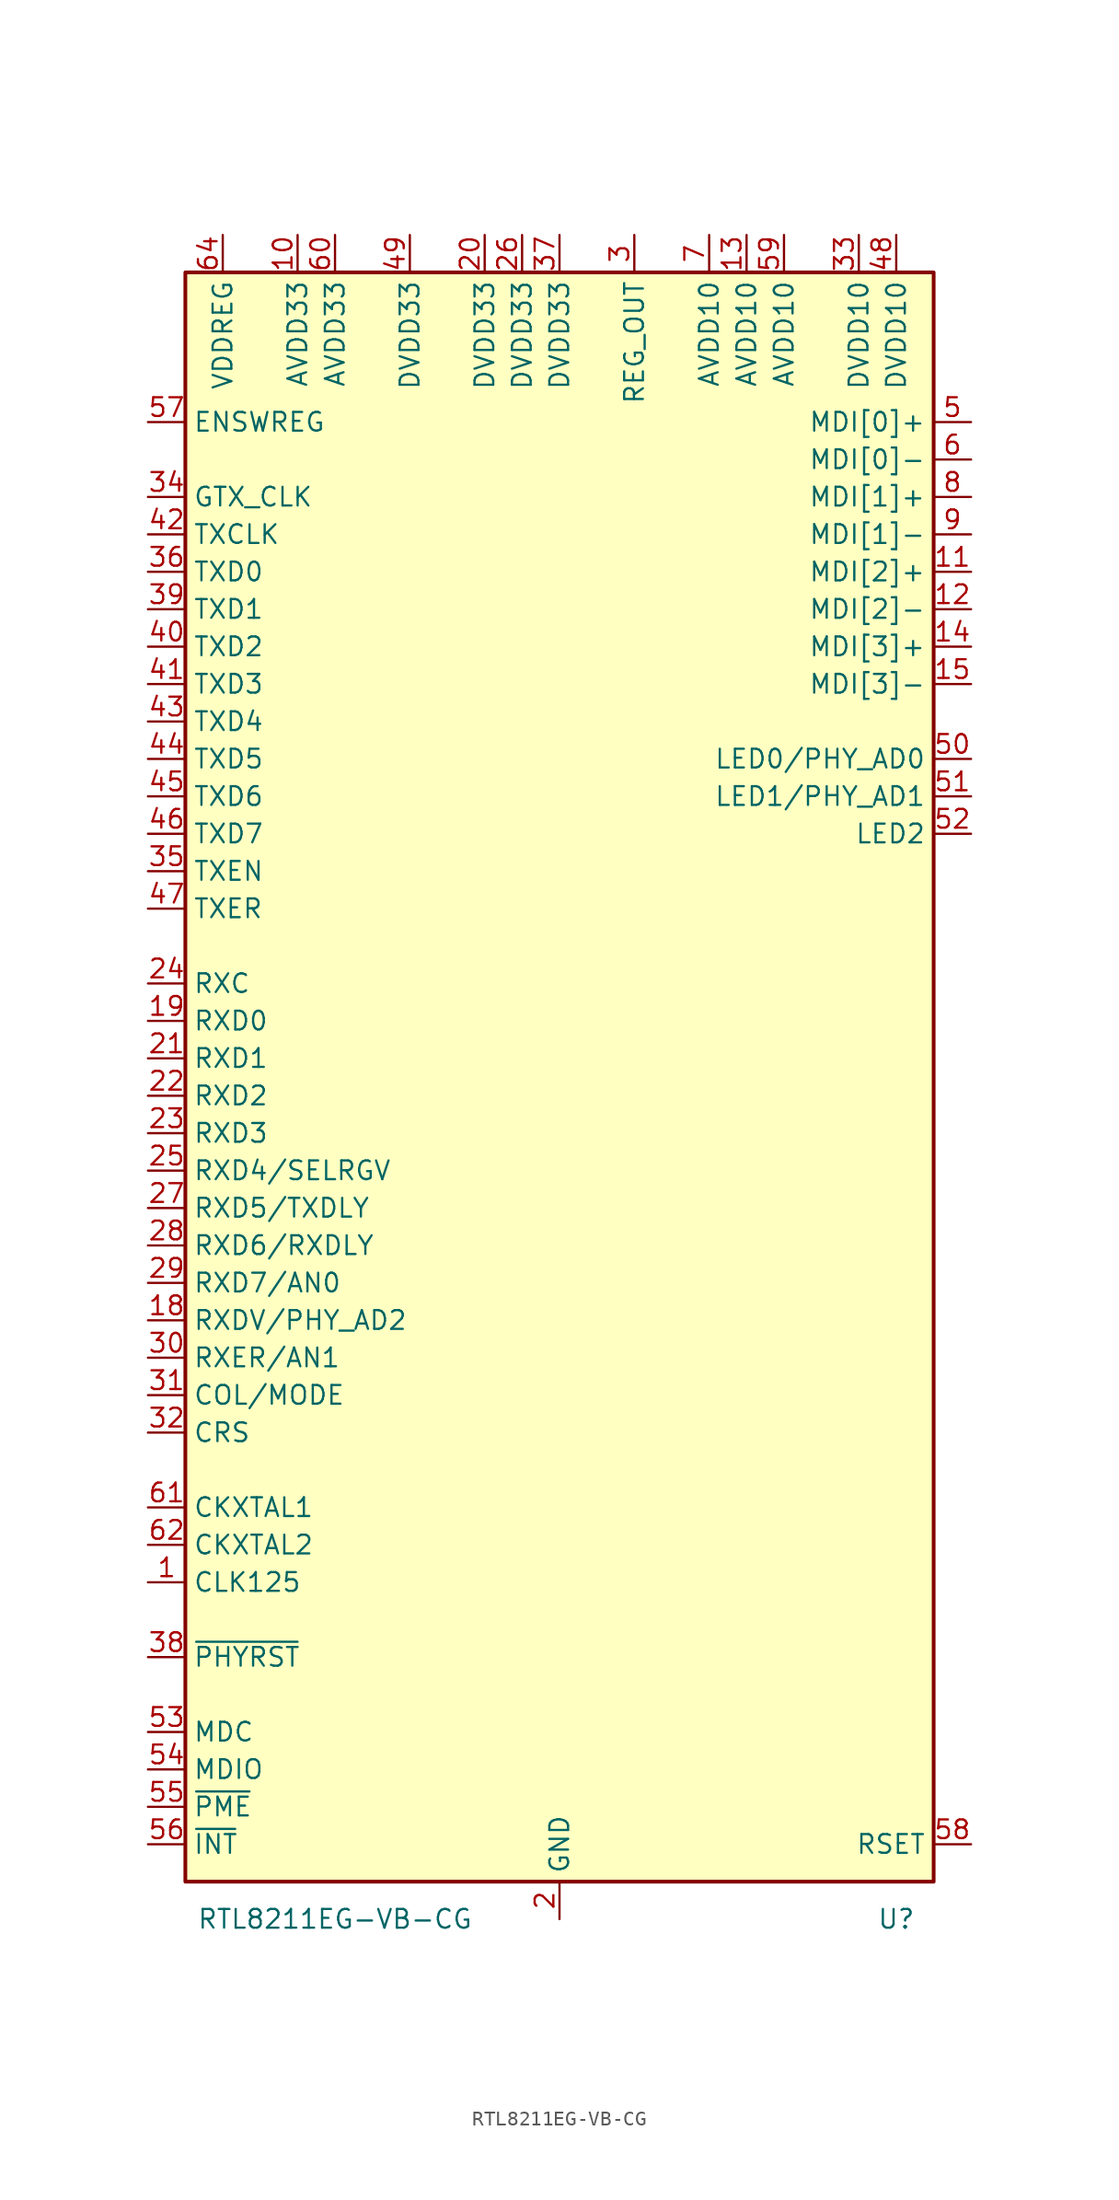
<source format=kicad_sym>
(kicad_symbol_lib
  (version 20211014)
  (generator kicad_symbol_editor)
  (symbol "RTL8211EG-VB-CG"
    (property "Reference" "U"
      (at 22.86 -58.42 0)
      (effects (font (size 1.27 1.27))))
    (property "Value" "RTL8211EG-VB-CG"
      (at -15.24 -58.42 0)
      (effects (font (size 1.27 1.27))))
    (symbol "RTL8211EG-VB-CG_0_1"
      (rectangle (start -25.4 53.34) (end 25.4 -55.88) (stroke (width 0.254) (type default) (color 0 0 0 0)) (fill (type background))))
    (symbol "RTL8211EG-VB-CG_1_1"
      (pin output line (at -27.94 -35.56 0) (length 2.54) (name "CLK125" (effects (font (size 1.27 1.27)))) (number "1" (effects (font (size 1.27 1.27)))))
      (pin power_in line (at -17.78 55.88 270) (length 2.54) (name "AVDD33" (effects (font (size 1.27 1.27)))) (number "10" (effects (font (size 1.27 1.27)))))
      (pin bidirectional line (at 27.94 33.02 180) (length 2.54) (name "MDI[2]+" (effects (font (size 1.27 1.27)))) (number "11" (effects (font (size 1.27 1.27)))))
      (pin bidirectional line (at 27.94 30.48 180) (length 2.54) (name "MDI[2]-" (effects (font (size 1.27 1.27)))) (number "12" (effects (font (size 1.27 1.27)))))
      (pin power_in line (at 12.7 55.88 270) (length 2.54) (name "AVDD10" (effects (font (size 1.27 1.27)))) (number "13" (effects (font (size 1.27 1.27)))))
      (pin bidirectional line (at 27.94 27.94 180) (length 2.54) (name "MDI[3]+" (effects (font (size 1.27 1.27)))) (number "14" (effects (font (size 1.27 1.27)))))
      (pin bidirectional line (at 27.94 25.4 180) (length 2.54) (name "MDI[3]-" (effects (font (size 1.27 1.27)))) (number "15" (effects (font (size 1.27 1.27)))))
      (pin no_connect line (at 25.4 5.08 180) (length 2.54) hide (name "NC" (effects (font (size 1.27 1.27)))) (number "16" (effects (font (size 1.27 1.27)))))
      (pin no_connect line (at 25.4 2.54 180) (length 2.54) hide (name "NC" (effects (font (size 1.27 1.27)))) (number "17" (effects (font (size 1.27 1.27)))))
      (pin bidirectional line (at -27.94 -17.78 0) (length 2.54) (name "RXDV/PHY_AD2" (effects (font (size 1.27 1.27)))) (number "18" (effects (font (size 1.27 1.27)))))
      (pin output line (at -27.94 2.54 0) (length 2.54) (name "RXD0" (effects (font (size 1.27 1.27)))) (number "19" (effects (font (size 1.27 1.27)))))
      (pin power_in line (at 0 -58.42 90) (length 2.54) (name "GND" (effects (font (size 1.27 1.27)))) (number "2" (effects (font (size 1.27 1.27)))))
      (pin power_in line (at -5.08 55.88 270) (length 2.54) (name "DVDD33" (effects (font (size 1.27 1.27)))) (number "20" (effects (font (size 1.27 1.27)))))
      (pin output line (at -27.94 0 0) (length 2.54) (name "RXD1" (effects (font (size 1.27 1.27)))) (number "21" (effects (font (size 1.27 1.27)))))
      (pin output line (at -27.94 -2.54 0) (length 2.54) (name "RXD2" (effects (font (size 1.27 1.27)))) (number "22" (effects (font (size 1.27 1.27)))))
      (pin output line (at -27.94 -5.08 0) (length 2.54) (name "RXD3" (effects (font (size 1.27 1.27)))) (number "23" (effects (font (size 1.27 1.27)))))
      (pin output line (at -27.94 5.08 0) (length 2.54) (name "RXC" (effects (font (size 1.27 1.27)))) (number "24" (effects (font (size 1.27 1.27)))))
      (pin bidirectional line (at -27.94 -7.62 0) (length 2.54) (name "RXD4/SELRGV" (effects (font (size 1.27 1.27)))) (number "25" (effects (font (size 1.27 1.27)))))
      (pin power_in line (at -2.54 55.88 270) (length 2.54) (name "DVDD33" (effects (font (size 1.27 1.27)))) (number "26" (effects (font (size 1.27 1.27)))))
      (pin bidirectional line (at -27.94 -10.16 0) (length 2.54) (name "RXD5/TXDLY" (effects (font (size 1.27 1.27)))) (number "27" (effects (font (size 1.27 1.27)))))
      (pin bidirectional line (at -27.94 -12.7 0) (length 2.54) (name "RXD6/RXDLY" (effects (font (size 1.27 1.27)))) (number "28" (effects (font (size 1.27 1.27)))))
      (pin bidirectional line (at -27.94 -15.24 0) (length 2.54) (name "RXD7/AN0" (effects (font (size 1.27 1.27)))) (number "29" (effects (font (size 1.27 1.27)))))
      (pin power_out line (at 5.08 55.88 270) (length 2.54) (name "REG_OUT" (effects (font (size 1.27 1.27)))) (number "3" (effects (font (size 1.27 1.27)))))
      (pin bidirectional line (at -27.94 -20.32 0) (length 2.54) (name "RXER/AN1" (effects (font (size 1.27 1.27)))) (number "30" (effects (font (size 1.27 1.27)))))
      (pin bidirectional line (at -27.94 -22.86 0) (length 2.54) (name "COL/MODE" (effects (font (size 1.27 1.27)))) (number "31" (effects (font (size 1.27 1.27)))))
      (pin output line (at -27.94 -25.4 0) (length 2.54) (name "CRS" (effects (font (size 1.27 1.27)))) (number "32" (effects (font (size 1.27 1.27)))))
      (pin power_in line (at 20.32 55.88 270) (length 2.54) (name "DVDD10" (effects (font (size 1.27 1.27)))) (number "33" (effects (font (size 1.27 1.27)))))
      (pin input line (at -27.94 38.1 0) (length 2.54) (name "GTX_CLK" (effects (font (size 1.27 1.27)))) (number "34" (effects (font (size 1.27 1.27)))))
      (pin input line (at -27.94 12.7 0) (length 2.54) (name "TXEN" (effects (font (size 1.27 1.27)))) (number "35" (effects (font (size 1.27 1.27)))))
      (pin input line (at -27.94 33.02 0) (length 2.54) (name "TXD0" (effects (font (size 1.27 1.27)))) (number "36" (effects (font (size 1.27 1.27)))))
      (pin power_in line (at 0 55.88 270) (length 2.54) (name "DVDD33" (effects (font (size 1.27 1.27)))) (number "37" (effects (font (size 1.27 1.27)))))
      (pin input line (at -27.94 -40.64 0) (length 2.54) (name "~{PHYRST}" (effects (font (size 1.27 1.27)))) (number "38" (effects (font (size 1.27 1.27)))))
      (pin input line (at -27.94 30.48 0) (length 2.54) (name "TXD1" (effects (font (size 1.27 1.27)))) (number "39" (effects (font (size 1.27 1.27)))))
      (pin passive line (at 0 -58.42 90) (length 2.54) hide (name "GND" (effects (font (size 1.27 1.27)))) (number "4" (effects (font (size 1.27 1.27)))))
      (pin input line (at -27.94 27.94 0) (length 2.54) (name "TXD2" (effects (font (size 1.27 1.27)))) (number "40" (effects (font (size 1.27 1.27)))))
      (pin input line (at -27.94 25.4 0) (length 2.54) (name "TXD3" (effects (font (size 1.27 1.27)))) (number "41" (effects (font (size 1.27 1.27)))))
      (pin output line (at -27.94 35.56 0) (length 2.54) (name "TXCLK" (effects (font (size 1.27 1.27)))) (number "42" (effects (font (size 1.27 1.27)))))
      (pin input line (at -27.94 22.86 0) (length 2.54) (name "TXD4" (effects (font (size 1.27 1.27)))) (number "43" (effects (font (size 1.27 1.27)))))
      (pin input line (at -27.94 20.32 0) (length 2.54) (name "TXD5" (effects (font (size 1.27 1.27)))) (number "44" (effects (font (size 1.27 1.27)))))
      (pin input line (at -27.94 17.78 0) (length 2.54) (name "TXD6" (effects (font (size 1.27 1.27)))) (number "45" (effects (font (size 1.27 1.27)))))
      (pin input line (at -27.94 15.24 0) (length 2.54) (name "TXD7" (effects (font (size 1.27 1.27)))) (number "46" (effects (font (size 1.27 1.27)))))
      (pin input line (at -27.94 10.16 0) (length 2.54) (name "TXER" (effects (font (size 1.27 1.27)))) (number "47" (effects (font (size 1.27 1.27)))))
      (pin power_in line (at 22.86 55.88 270) (length 2.54) (name "DVDD10" (effects (font (size 1.27 1.27)))) (number "48" (effects (font (size 1.27 1.27)))))
      (pin power_in line (at -10.16 55.88 270) (length 2.54) (name "DVDD33" (effects (font (size 1.27 1.27)))) (number "49" (effects (font (size 1.27 1.27)))))
      (pin bidirectional line (at 27.94 43.18 180) (length 2.54) (name "MDI[0]+" (effects (font (size 1.27 1.27)))) (number "5" (effects (font (size 1.27 1.27)))))
      (pin bidirectional line (at 27.94 20.32 180) (length 2.54) (name "LED0/PHY_AD0" (effects (font (size 1.27 1.27)))) (number "50" (effects (font (size 1.27 1.27)))))
      (pin bidirectional line (at 27.94 17.78 180) (length 2.54) (name "LED1/PHY_AD1" (effects (font (size 1.27 1.27)))) (number "51" (effects (font (size 1.27 1.27)))))
      (pin bidirectional line (at 27.94 15.24 180) (length 2.54) (name "LED2" (effects (font (size 1.27 1.27)))) (number "52" (effects (font (size 1.27 1.27)))))
      (pin input line (at -27.94 -45.72 0) (length 2.54) (name "MDC" (effects (font (size 1.27 1.27)))) (number "53" (effects (font (size 1.27 1.27)))))
      (pin bidirectional line (at -27.94 -48.26 0) (length 2.54) (name "MDIO" (effects (font (size 1.27 1.27)))) (number "54" (effects (font (size 1.27 1.27)))))
      (pin open_collector line (at -27.94 -50.8 0) (length 2.54) (name "~{PME}" (effects (font (size 1.27 1.27)))) (number "55" (effects (font (size 1.27 1.27)))))
      (pin open_collector line (at -27.94 -53.34 0) (length 2.54) (name "~{INT}" (effects (font (size 1.27 1.27)))) (number "56" (effects (font (size 1.27 1.27)))))
      (pin input line (at -27.94 43.18 0) (length 2.54) (name "ENSWREG" (effects (font (size 1.27 1.27)))) (number "57" (effects (font (size 1.27 1.27)))))
      (pin passive line (at 27.94 -53.34 180) (length 2.54) (name "RSET" (effects (font (size 1.27 1.27)))) (number "58" (effects (font (size 1.27 1.27)))))
      (pin power_in line (at 15.24 55.88 270) (length 2.54) (name "AVDD10" (effects (font (size 1.27 1.27)))) (number "59" (effects (font (size 1.27 1.27)))))
      (pin bidirectional line (at 27.94 40.64 180) (length 2.54) (name "MDI[0]-" (effects (font (size 1.27 1.27)))) (number "6" (effects (font (size 1.27 1.27)))))
      (pin power_in line (at -15.24 55.88 270) (length 2.54) (name "AVDD33" (effects (font (size 1.27 1.27)))) (number "60" (effects (font (size 1.27 1.27)))))
      (pin input line (at -27.94 -30.48 0) (length 2.54) (name "CKXTAL1" (effects (font (size 1.27 1.27)))) (number "61" (effects (font (size 1.27 1.27)))))
      (pin output line (at -27.94 -33.02 0) (length 2.54) (name "CKXTAL2" (effects (font (size 1.27 1.27)))) (number "62" (effects (font (size 1.27 1.27)))))
      (pin passive line (at 0 -58.42 90) (length 2.54) hide (name "GND" (effects (font (size 1.27 1.27)))) (number "63" (effects (font (size 1.27 1.27)))))
      (pin power_in line (at -22.86 55.88 270) (length 2.54) (name "VDDREG" (effects (font (size 1.27 1.27)))) (number "64" (effects (font (size 1.27 1.27)))))
      (pin passive line (at 0 -58.42 90) (length 2.54) hide (name "GND" (effects (font (size 1.27 1.27)))) (number "65" (effects (font (size 1.27 1.27)))))
      (pin power_in line (at 10.16 55.88 270) (length 2.54) (name "AVDD10" (effects (font (size 1.27 1.27)))) (number "7" (effects (font (size 1.27 1.27)))))
      (pin bidirectional line (at 27.94 38.1 180) (length 2.54) (name "MDI[1]+" (effects (font (size 1.27 1.27)))) (number "8" (effects (font (size 1.27 1.27)))))
      (pin bidirectional line (at 27.94 35.56 180) (length 2.54) (name "MDI[1]-" (effects (font (size 1.27 1.27)))) (number "9" (effects (font (size 1.27 1.27))))))))
</source>
